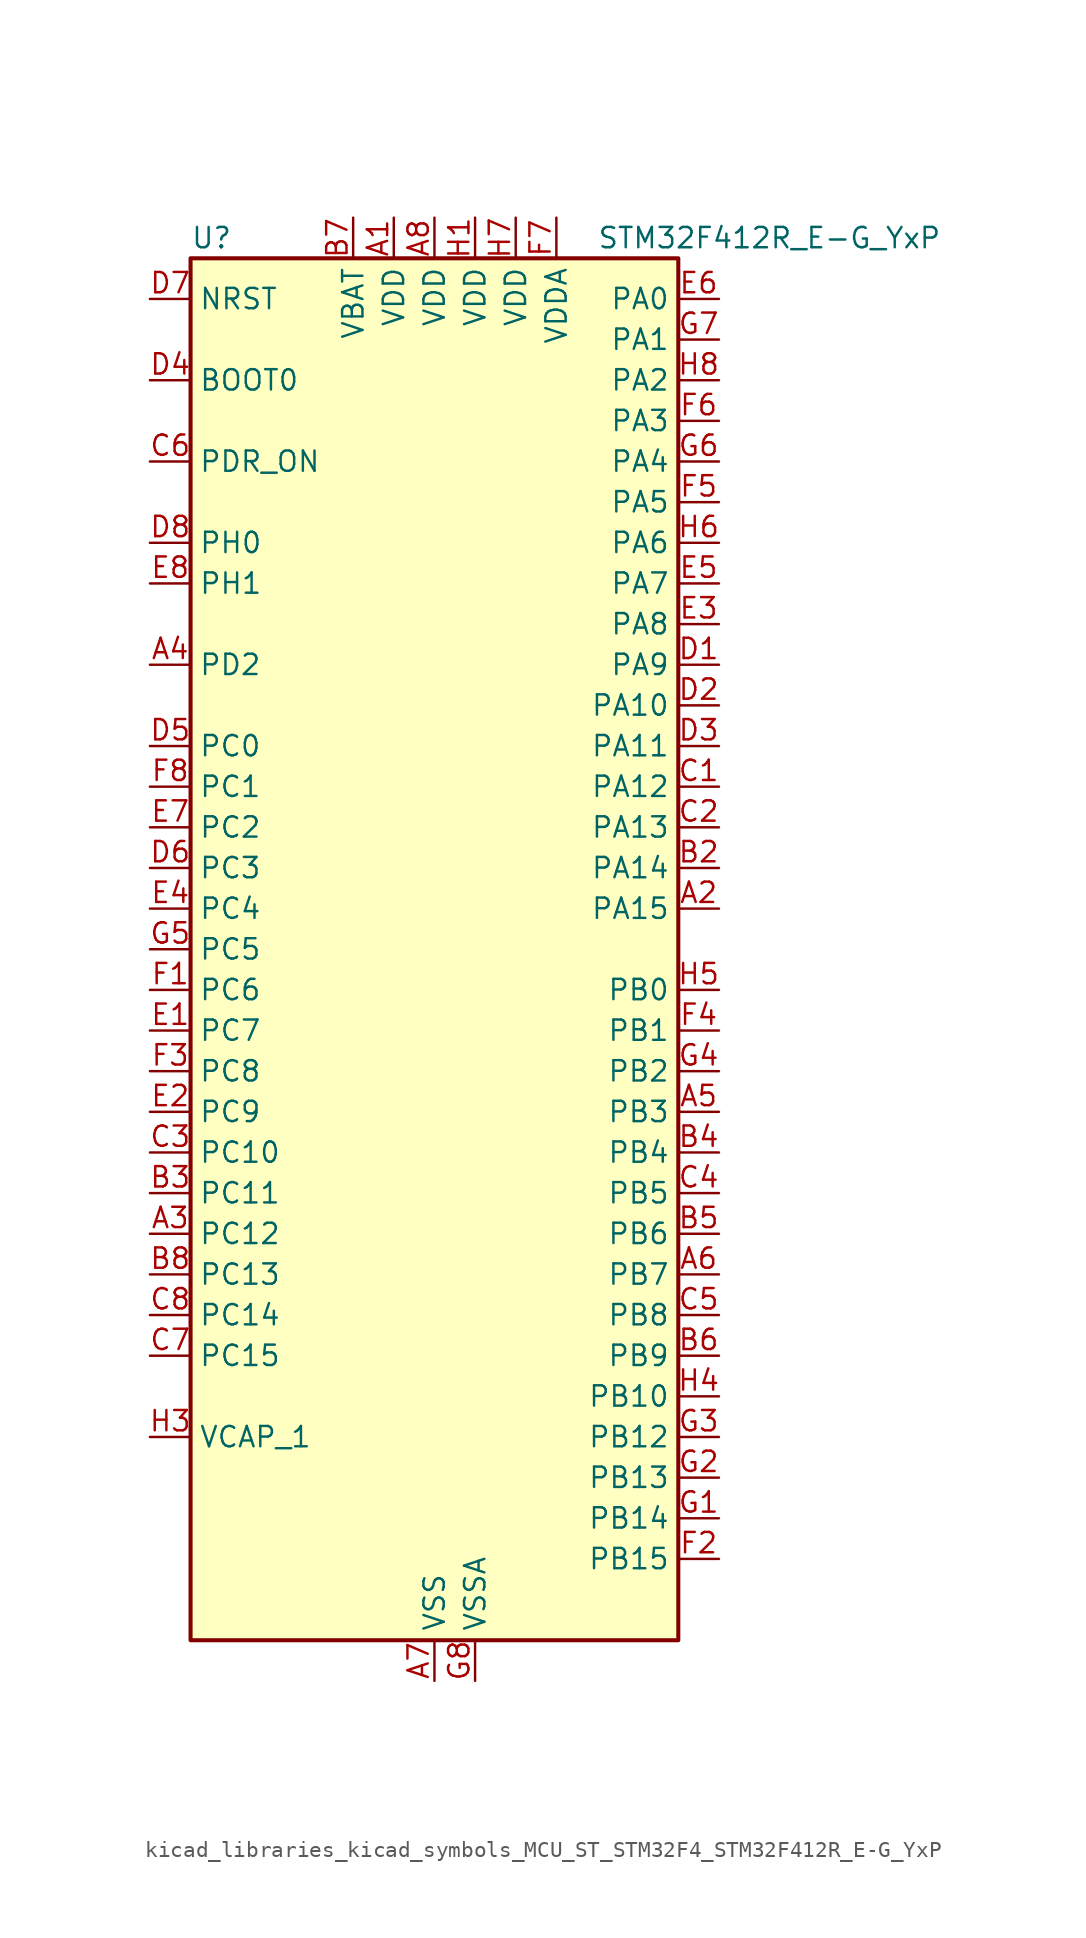
<source format=kicad_sym>
(kicad_symbol_lib
  (version 20220914)
  (generator kicad_symbol_editor)
  (symbol "kicad_libraries_kicad_symbols_MCU_ST_STM32F4_STM32F412R_E-G_YxP"
    (property "Reference" "U"
      (at -15.24 44.45 0)
      (effects (font (size 1.27 1.27)) (justify left)))
    (property "Value" "STM32F412R_E-G_YxP"
      (at 10.16 44.45 0)
      (effects (font (size 1.27 1.27)) (justify left)))
    (property "ki_locked" ""
      (at 0 0 0)
      (effects (font (size 1.27 1.27))))
    (symbol "kicad_libraries_kicad_symbols_MCU_ST_STM32F4_STM32F412R_E-G_YxP_0_1"
      (rectangle (start -15.24 -43.18) (end 15.24 43.18) (stroke (width 0.254) (type default)) (fill (type background))))
    (symbol "kicad_libraries_kicad_symbols_MCU_ST_STM32F4_STM32F412R_E-G_YxP_1_1"
      (pin power_in line (at -2.54 45.72 270) (length 2.54) (name "VDD" (effects (font (size 1.27 1.27)))) (number "A1" (effects (font (size 1.27 1.27)))))
      (pin bidirectional line (at 17.78 2.54 180) (length 2.54) (name "PA15" (effects (font (size 1.27 1.27)))) (number "A2" (effects (font (size 1.27 1.27)))) (alternate "ADC1_EXTI15" bidirectional line) (alternate "I2S1_WS" bidirectional line) (alternate "I2S3_WS" bidirectional line) (alternate "SPI1_NSS" bidirectional line) (alternate "SPI3_NSS" bidirectional line) (alternate "SYS_JTDI" bidirectional line) (alternate "TIM2_CH1" bidirectional line) (alternate "TIM2_ETR" bidirectional line) (alternate "USART1_TX" bidirectional line))
      (pin bidirectional line (at -17.78 -17.78 0) (length 2.54) (name "PC12" (effects (font (size 1.27 1.27)))) (number "A3" (effects (font (size 1.27 1.27)))) (alternate "FSMC_D3" bidirectional line) (alternate "FSMC_DA3" bidirectional line) (alternate "I2S3_SD" bidirectional line) (alternate "SDIO_CK" bidirectional line) (alternate "SPI3_MOSI" bidirectional line) (alternate "USART3_CK" bidirectional line))
      (pin bidirectional line (at -17.78 17.78 0) (length 2.54) (name "PD2" (effects (font (size 1.27 1.27)))) (number "A4" (effects (font (size 1.27 1.27)))) (alternate "FSMC_NWE" bidirectional line) (alternate "SDIO_CMD" bidirectional line) (alternate "TIM3_ETR" bidirectional line))
      (pin bidirectional line (at 17.78 -10.16 180) (length 2.54) (name "PB3" (effects (font (size 1.27 1.27)))) (number "A5" (effects (font (size 1.27 1.27)))) (alternate "FMPI2C1_SDA" bidirectional line) (alternate "I2C2_SDA" bidirectional line) (alternate "I2S1_CK" bidirectional line) (alternate "I2S3_CK" bidirectional line) (alternate "SPI1_SCK" bidirectional line) (alternate "SPI3_SCK" bidirectional line) (alternate "SYS_JTDO-SWO" bidirectional line) (alternate "TIM2_CH2" bidirectional line) (alternate "USART1_RX" bidirectional line))
      (pin bidirectional line (at 17.78 -20.32 180) (length 2.54) (name "PB7" (effects (font (size 1.27 1.27)))) (number "A6" (effects (font (size 1.27 1.27)))) (alternate "FSMC_NL" bidirectional line) (alternate "I2C1_SDA" bidirectional line) (alternate "TIM4_CH2" bidirectional line) (alternate "USART1_RX" bidirectional line))
      (pin power_in line (at 0 -45.72 90) (length 2.54) (name "VSS" (effects (font (size 1.27 1.27)))) (number "A7" (effects (font (size 1.27 1.27)))))
      (pin power_in line (at 0 45.72 270) (length 2.54) (name "VDD" (effects (font (size 1.27 1.27)))) (number "A8" (effects (font (size 1.27 1.27)))))
      (pin passive line (at 0 -45.72 90) (length 2.54) hide (name "VSS" (effects (font (size 1.27 1.27)))) (number "B1" (effects (font (size 1.27 1.27)))))
      (pin bidirectional line (at 17.78 5.08 180) (length 2.54) (name "PA14" (effects (font (size 1.27 1.27)))) (number "B2" (effects (font (size 1.27 1.27)))) (alternate "SYS_JTCK-SWCLK" bidirectional line))
      (pin bidirectional line (at -17.78 -15.24 0) (length 2.54) (name "PC11" (effects (font (size 1.27 1.27)))) (number "B3" (effects (font (size 1.27 1.27)))) (alternate "ADC1_EXTI11" bidirectional line) (alternate "FSMC_D2" bidirectional line) (alternate "FSMC_DA2" bidirectional line) (alternate "I2S3_ext_SD" bidirectional line) (alternate "QUADSPI_BK2_NCS" bidirectional line) (alternate "SDIO_D3" bidirectional line) (alternate "SPI3_MISO" bidirectional line) (alternate "USART3_RX" bidirectional line))
      (pin bidirectional line (at 17.78 -12.7 180) (length 2.54) (name "PB4" (effects (font (size 1.27 1.27)))) (number "B4" (effects (font (size 1.27 1.27)))) (alternate "I2C3_SDA" bidirectional line) (alternate "I2S3_ext_SD" bidirectional line) (alternate "SDIO_D0" bidirectional line) (alternate "SPI1_MISO" bidirectional line) (alternate "SPI3_MISO" bidirectional line) (alternate "SYS_JTRST" bidirectional line) (alternate "TIM3_CH1" bidirectional line))
      (pin bidirectional line (at 17.78 -17.78 180) (length 2.54) (name "PB6" (effects (font (size 1.27 1.27)))) (number "B5" (effects (font (size 1.27 1.27)))) (alternate "CAN2_TX" bidirectional line) (alternate "I2C1_SCL" bidirectional line) (alternate "QUADSPI_BK1_NCS" bidirectional line) (alternate "SDIO_D0" bidirectional line) (alternate "TIM4_CH1" bidirectional line) (alternate "USART1_TX" bidirectional line))
      (pin bidirectional line (at 17.78 -25.4 180) (length 2.54) (name "PB9" (effects (font (size 1.27 1.27)))) (number "B6" (effects (font (size 1.27 1.27)))) (alternate "CAN1_TX" bidirectional line) (alternate "I2C1_SDA" bidirectional line) (alternate "I2C2_SDA" bidirectional line) (alternate "I2S2_WS" bidirectional line) (alternate "SDIO_D5" bidirectional line) (alternate "SPI2_NSS" bidirectional line) (alternate "TIM11_CH1" bidirectional line) (alternate "TIM4_CH4" bidirectional line))
      (pin power_in line (at -5.08 45.72 270) (length 2.54) (name "VBAT" (effects (font (size 1.27 1.27)))) (number "B7" (effects (font (size 1.27 1.27)))))
      (pin bidirectional line (at -17.78 -20.32 0) (length 2.54) (name "PC13" (effects (font (size 1.27 1.27)))) (number "B8" (effects (font (size 1.27 1.27)))) (alternate "RTC_AF1" bidirectional line))
      (pin bidirectional line (at 17.78 10.16 180) (length 2.54) (name "PA12" (effects (font (size 1.27 1.27)))) (number "C1" (effects (font (size 1.27 1.27)))) (alternate "CAN1_TX" bidirectional line) (alternate "SPI5_MISO" bidirectional line) (alternate "TIM1_ETR" bidirectional line) (alternate "USART1_RTS" bidirectional line) (alternate "USART6_RX" bidirectional line) (alternate "USB_OTG_FS_DP" bidirectional line))
      (pin bidirectional line (at 17.78 7.62 180) (length 2.54) (name "PA13" (effects (font (size 1.27 1.27)))) (number "C2" (effects (font (size 1.27 1.27)))) (alternate "SYS_JTMS-SWDIO" bidirectional line))
      (pin bidirectional line (at -17.78 -12.7 0) (length 2.54) (name "PC10" (effects (font (size 1.27 1.27)))) (number "C3" (effects (font (size 1.27 1.27)))) (alternate "I2S3_CK" bidirectional line) (alternate "QUADSPI_BK1_IO1" bidirectional line) (alternate "SDIO_D2" bidirectional line) (alternate "SPI3_SCK" bidirectional line) (alternate "USART3_TX" bidirectional line))
      (pin bidirectional line (at 17.78 -15.24 180) (length 2.54) (name "PB5" (effects (font (size 1.27 1.27)))) (number "C4" (effects (font (size 1.27 1.27)))) (alternate "CAN2_RX" bidirectional line) (alternate "I2C1_SMBA" bidirectional line) (alternate "I2S1_SD" bidirectional line) (alternate "I2S3_SD" bidirectional line) (alternate "SDIO_D3" bidirectional line) (alternate "SPI1_MOSI" bidirectional line) (alternate "SPI3_MOSI" bidirectional line) (alternate "TIM3_CH2" bidirectional line))
      (pin bidirectional line (at 17.78 -22.86 180) (length 2.54) (name "PB8" (effects (font (size 1.27 1.27)))) (number "C5" (effects (font (size 1.27 1.27)))) (alternate "CAN1_RX" bidirectional line) (alternate "I2C1_SCL" bidirectional line) (alternate "I2C3_SDA" bidirectional line) (alternate "I2S5_SD" bidirectional line) (alternate "SDIO_D4" bidirectional line) (alternate "SPI5_MOSI" bidirectional line) (alternate "TIM10_CH1" bidirectional line) (alternate "TIM4_CH3" bidirectional line))
      (pin input line (at -17.78 30.48 0) (length 2.54) (name "PDR_ON" (effects (font (size 1.27 1.27)))) (number "C6" (effects (font (size 1.27 1.27)))))
      (pin bidirectional line (at -17.78 -25.4 0) (length 2.54) (name "PC15" (effects (font (size 1.27 1.27)))) (number "C7" (effects (font (size 1.27 1.27)))) (alternate "ADC1_EXTI15" bidirectional line) (alternate "RCC_OSC32_OUT" bidirectional line))
      (pin bidirectional line (at -17.78 -22.86 0) (length 2.54) (name "PC14" (effects (font (size 1.27 1.27)))) (number "C8" (effects (font (size 1.27 1.27)))) (alternate "RCC_OSC32_IN" bidirectional line))
      (pin bidirectional line (at 17.78 17.78 180) (length 2.54) (name "PA9" (effects (font (size 1.27 1.27)))) (number "D1" (effects (font (size 1.27 1.27)))) (alternate "I2C3_SMBA" bidirectional line) (alternate "SDIO_D2" bidirectional line) (alternate "TIM1_CH2" bidirectional line) (alternate "USART1_TX" bidirectional line) (alternate "USB_OTG_FS_VBUS" bidirectional line))
      (pin bidirectional line (at 17.78 15.24 180) (length 2.54) (name "PA10" (effects (font (size 1.27 1.27)))) (number "D2" (effects (font (size 1.27 1.27)))) (alternate "I2S5_SD" bidirectional line) (alternate "SPI5_MOSI" bidirectional line) (alternate "TIM1_CH3" bidirectional line) (alternate "USART1_RX" bidirectional line) (alternate "USB_OTG_FS_ID" bidirectional line))
      (pin bidirectional line (at 17.78 12.7 180) (length 2.54) (name "PA11" (effects (font (size 1.27 1.27)))) (number "D3" (effects (font (size 1.27 1.27)))) (alternate "ADC1_EXTI11" bidirectional line) (alternate "CAN1_RX" bidirectional line) (alternate "SPI4_MISO" bidirectional line) (alternate "TIM1_CH4" bidirectional line) (alternate "USART1_CTS" bidirectional line) (alternate "USART6_TX" bidirectional line) (alternate "USB_OTG_FS_DM" bidirectional line))
      (pin input line (at -17.78 35.56 0) (length 2.54) (name "BOOT0" (effects (font (size 1.27 1.27)))) (number "D4" (effects (font (size 1.27 1.27)))))
      (pin bidirectional line (at -17.78 12.7 0) (length 2.54) (name "PC0" (effects (font (size 1.27 1.27)))) (number "D5" (effects (font (size 1.27 1.27)))) (alternate "ADC1_IN10" bidirectional line) (alternate "SYS_WKUP2" bidirectional line))
      (pin bidirectional line (at -17.78 5.08 0) (length 2.54) (name "PC3" (effects (font (size 1.27 1.27)))) (number "D6" (effects (font (size 1.27 1.27)))) (alternate "ADC1_IN13" bidirectional line) (alternate "FSMC_A0" bidirectional line) (alternate "I2S2_SD" bidirectional line) (alternate "SPI2_MOSI" bidirectional line))
      (pin input line (at -17.78 40.64 0) (length 2.54) (name "NRST" (effects (font (size 1.27 1.27)))) (number "D7" (effects (font (size 1.27 1.27)))))
      (pin bidirectional line (at -17.78 25.4 0) (length 2.54) (name "PH0" (effects (font (size 1.27 1.27)))) (number "D8" (effects (font (size 1.27 1.27)))) (alternate "RCC_OSC_IN" bidirectional line))
      (pin bidirectional line (at -17.78 -5.08 0) (length 2.54) (name "PC7" (effects (font (size 1.27 1.27)))) (number "E1" (effects (font (size 1.27 1.27)))) (alternate "DFSDM1_DATIN3" bidirectional line) (alternate "FMPI2C1_SDA" bidirectional line) (alternate "I2S2_CK" bidirectional line) (alternate "I2S3_MCK" bidirectional line) (alternate "SDIO_D7" bidirectional line) (alternate "SPI2_SCK" bidirectional line) (alternate "TIM3_CH2" bidirectional line) (alternate "TIM8_CH2" bidirectional line) (alternate "USART6_RX" bidirectional line))
      (pin bidirectional line (at -17.78 -10.16 0) (length 2.54) (name "PC9" (effects (font (size 1.27 1.27)))) (number "E2" (effects (font (size 1.27 1.27)))) (alternate "I2C3_SDA" bidirectional line) (alternate "I2S_CKIN" bidirectional line) (alternate "QUADSPI_BK1_IO0" bidirectional line) (alternate "RCC_MCO_2" bidirectional line) (alternate "SDIO_D1" bidirectional line) (alternate "TIM3_CH4" bidirectional line) (alternate "TIM8_CH4" bidirectional line))
      (pin bidirectional line (at 17.78 20.32 180) (length 2.54) (name "PA8" (effects (font (size 1.27 1.27)))) (number "E3" (effects (font (size 1.27 1.27)))) (alternate "I2C3_SCL" bidirectional line) (alternate "RCC_MCO_1" bidirectional line) (alternate "SDIO_D1" bidirectional line) (alternate "TIM1_CH1" bidirectional line) (alternate "USART1_CK" bidirectional line) (alternate "USB_OTG_FS_SOF" bidirectional line))
      (pin bidirectional line (at -17.78 2.54 0) (length 2.54) (name "PC4" (effects (font (size 1.27 1.27)))) (number "E4" (effects (font (size 1.27 1.27)))) (alternate "ADC1_IN14" bidirectional line) (alternate "FSMC_NE4" bidirectional line) (alternate "I2S1_MCK" bidirectional line) (alternate "QUADSPI_BK2_IO2" bidirectional line))
      (pin bidirectional line (at 17.78 22.86 180) (length 2.54) (name "PA7" (effects (font (size 1.27 1.27)))) (number "E5" (effects (font (size 1.27 1.27)))) (alternate "ADC1_IN7" bidirectional line) (alternate "I2S1_SD" bidirectional line) (alternate "QUADSPI_BK2_IO1" bidirectional line) (alternate "SPI1_MOSI" bidirectional line) (alternate "TIM14_CH1" bidirectional line) (alternate "TIM1_CH1N" bidirectional line) (alternate "TIM3_CH2" bidirectional line) (alternate "TIM8_CH1N" bidirectional line))
      (pin bidirectional line (at 17.78 40.64 180) (length 2.54) (name "PA0" (effects (font (size 1.27 1.27)))) (number "E6" (effects (font (size 1.27 1.27)))) (alternate "ADC1_IN0" bidirectional line) (alternate "SYS_WKUP1" bidirectional line) (alternate "TIM2_CH1" bidirectional line) (alternate "TIM2_ETR" bidirectional line) (alternate "TIM5_CH1" bidirectional line) (alternate "TIM8_ETR" bidirectional line) (alternate "USART2_CTS" bidirectional line))
      (pin bidirectional line (at -17.78 7.62 0) (length 2.54) (name "PC2" (effects (font (size 1.27 1.27)))) (number "E7" (effects (font (size 1.27 1.27)))) (alternate "ADC1_IN12" bidirectional line) (alternate "DFSDM1_CKOUT" bidirectional line) (alternate "FSMC_NWE" bidirectional line) (alternate "I2S2_ext_SD" bidirectional line) (alternate "SPI2_MISO" bidirectional line))
      (pin bidirectional line (at -17.78 22.86 0) (length 2.54) (name "PH1" (effects (font (size 1.27 1.27)))) (number "E8" (effects (font (size 1.27 1.27)))) (alternate "RCC_OSC_OUT" bidirectional line))
      (pin bidirectional line (at -17.78 -2.54 0) (length 2.54) (name "PC6" (effects (font (size 1.27 1.27)))) (number "F1" (effects (font (size 1.27 1.27)))) (alternate "DFSDM1_CKIN3" bidirectional line) (alternate "FMPI2C1_SCL" bidirectional line) (alternate "FSMC_D1" bidirectional line) (alternate "FSMC_DA1" bidirectional line) (alternate "I2S2_MCK" bidirectional line) (alternate "SDIO_D6" bidirectional line) (alternate "TIM3_CH1" bidirectional line) (alternate "TIM8_CH1" bidirectional line) (alternate "USART6_TX" bidirectional line))
      (pin bidirectional line (at 17.78 -38.1 180) (length 2.54) (name "PB15" (effects (font (size 1.27 1.27)))) (number "F2" (effects (font (size 1.27 1.27)))) (alternate "ADC1_EXTI15" bidirectional line) (alternate "DFSDM1_CKIN2" bidirectional line) (alternate "FMPI2C1_SCL" bidirectional line) (alternate "I2S2_SD" bidirectional line) (alternate "RTC_REFIN" bidirectional line) (alternate "SDIO_CK" bidirectional line) (alternate "SPI2_MOSI" bidirectional line) (alternate "TIM12_CH2" bidirectional line) (alternate "TIM1_CH3N" bidirectional line) (alternate "TIM8_CH3N" bidirectional line))
      (pin bidirectional line (at -17.78 -7.62 0) (length 2.54) (name "PC8" (effects (font (size 1.27 1.27)))) (number "F3" (effects (font (size 1.27 1.27)))) (alternate "QUADSPI_BK1_IO2" bidirectional line) (alternate "SDIO_D0" bidirectional line) (alternate "TIM3_CH3" bidirectional line) (alternate "TIM8_CH3" bidirectional line) (alternate "USART6_CK" bidirectional line))
      (pin bidirectional line (at 17.78 -5.08 180) (length 2.54) (name "PB1" (effects (font (size 1.27 1.27)))) (number "F4" (effects (font (size 1.27 1.27)))) (alternate "ADC1_IN9" bidirectional line) (alternate "DFSDM1_DATIN0" bidirectional line) (alternate "I2S5_WS" bidirectional line) (alternate "QUADSPI_CLK" bidirectional line) (alternate "SPI5_NSS" bidirectional line) (alternate "TIM1_CH3N" bidirectional line) (alternate "TIM3_CH4" bidirectional line) (alternate "TIM8_CH3N" bidirectional line))
      (pin bidirectional line (at 17.78 27.94 180) (length 2.54) (name "PA5" (effects (font (size 1.27 1.27)))) (number "F5" (effects (font (size 1.27 1.27)))) (alternate "ADC1_IN5" bidirectional line) (alternate "DFSDM1_CKIN1" bidirectional line) (alternate "FSMC_D7" bidirectional line) (alternate "FSMC_DA7" bidirectional line) (alternate "I2S1_CK" bidirectional line) (alternate "SPI1_SCK" bidirectional line) (alternate "TIM2_CH1" bidirectional line) (alternate "TIM2_ETR" bidirectional line) (alternate "TIM8_CH1N" bidirectional line))
      (pin bidirectional line (at 17.78 33.02 180) (length 2.54) (name "PA3" (effects (font (size 1.27 1.27)))) (number "F6" (effects (font (size 1.27 1.27)))) (alternate "ADC1_IN3" bidirectional line) (alternate "FSMC_D5" bidirectional line) (alternate "FSMC_DA5" bidirectional line) (alternate "I2S2_MCK" bidirectional line) (alternate "TIM2_CH4" bidirectional line) (alternate "TIM5_CH4" bidirectional line) (alternate "TIM9_CH2" bidirectional line) (alternate "USART2_RX" bidirectional line))
      (pin power_in line (at 7.62 45.72 270) (length 2.54) (name "VDDA" (effects (font (size 1.27 1.27)))) (number "F7" (effects (font (size 1.27 1.27)))))
      (pin bidirectional line (at -17.78 10.16 0) (length 2.54) (name "PC1" (effects (font (size 1.27 1.27)))) (number "F8" (effects (font (size 1.27 1.27)))) (alternate "ADC1_IN11" bidirectional line) (alternate "SYS_WKUP3" bidirectional line))
      (pin bidirectional line (at 17.78 -35.56 180) (length 2.54) (name "PB14" (effects (font (size 1.27 1.27)))) (number "G1" (effects (font (size 1.27 1.27)))) (alternate "DFSDM1_DATIN2" bidirectional line) (alternate "FMPI2C1_SDA" bidirectional line) (alternate "FSMC_D0" bidirectional line) (alternate "FSMC_DA0" bidirectional line) (alternate "I2S2_ext_SD" bidirectional line) (alternate "SDIO_D6" bidirectional line) (alternate "SPI2_MISO" bidirectional line) (alternate "TIM12_CH1" bidirectional line) (alternate "TIM1_CH2N" bidirectional line) (alternate "TIM8_CH2N" bidirectional line) (alternate "USART3_RTS" bidirectional line))
      (pin bidirectional line (at 17.78 -33.02 180) (length 2.54) (name "PB13" (effects (font (size 1.27 1.27)))) (number "G2" (effects (font (size 1.27 1.27)))) (alternate "CAN2_TX" bidirectional line) (alternate "DFSDM1_CKIN1" bidirectional line) (alternate "FMPI2C1_SMBA" bidirectional line) (alternate "I2S2_CK" bidirectional line) (alternate "I2S4_CK" bidirectional line) (alternate "SPI2_SCK" bidirectional line) (alternate "SPI4_SCK" bidirectional line) (alternate "TIM1_CH1N" bidirectional line) (alternate "USART3_CTS" bidirectional line))
      (pin bidirectional line (at 17.78 -30.48 180) (length 2.54) (name "PB12" (effects (font (size 1.27 1.27)))) (number "G3" (effects (font (size 1.27 1.27)))) (alternate "CAN2_RX" bidirectional line) (alternate "DFSDM1_DATIN1" bidirectional line) (alternate "I2C2_SMBA" bidirectional line) (alternate "I2S2_WS" bidirectional line) (alternate "I2S3_CK" bidirectional line) (alternate "I2S4_WS" bidirectional line) (alternate "SPI2_NSS" bidirectional line) (alternate "SPI3_SCK" bidirectional line) (alternate "SPI4_NSS" bidirectional line) (alternate "TIM1_BKIN" bidirectional line) (alternate "USART3_CK" bidirectional line))
      (pin bidirectional line (at 17.78 -7.62 180) (length 2.54) (name "PB2" (effects (font (size 1.27 1.27)))) (number "G4" (effects (font (size 1.27 1.27)))) (alternate "DFSDM1_CKIN0" bidirectional line) (alternate "QUADSPI_CLK" bidirectional line))
      (pin bidirectional line (at -17.78 0 0) (length 2.54) (name "PC5" (effects (font (size 1.27 1.27)))) (number "G5" (effects (font (size 1.27 1.27)))) (alternate "ADC1_IN15" bidirectional line) (alternate "FMPI2C1_SMBA" bidirectional line) (alternate "FSMC_NOE" bidirectional line) (alternate "QUADSPI_BK2_IO3" bidirectional line) (alternate "USART3_RX" bidirectional line))
      (pin bidirectional line (at 17.78 30.48 180) (length 2.54) (name "PA4" (effects (font (size 1.27 1.27)))) (number "G6" (effects (font (size 1.27 1.27)))) (alternate "ADC1_IN4" bidirectional line) (alternate "DFSDM1_DATIN1" bidirectional line) (alternate "FSMC_D6" bidirectional line) (alternate "FSMC_DA6" bidirectional line) (alternate "I2S1_WS" bidirectional line) (alternate "I2S3_WS" bidirectional line) (alternate "SPI1_NSS" bidirectional line) (alternate "SPI3_NSS" bidirectional line) (alternate "USART2_CK" bidirectional line))
      (pin bidirectional line (at 17.78 38.1 180) (length 2.54) (name "PA1" (effects (font (size 1.27 1.27)))) (number "G7" (effects (font (size 1.27 1.27)))) (alternate "ADC1_IN1" bidirectional line) (alternate "I2S4_SD" bidirectional line) (alternate "QUADSPI_BK1_IO3" bidirectional line) (alternate "SPI4_MOSI" bidirectional line) (alternate "TIM2_CH2" bidirectional line) (alternate "TIM5_CH2" bidirectional line) (alternate "USART2_RTS" bidirectional line))
      (pin power_in line (at 2.54 -45.72 90) (length 2.54) (name "VSSA" (effects (font (size 1.27 1.27)))) (number "G8" (effects (font (size 1.27 1.27)))))
      (pin power_in line (at 2.54 45.72 270) (length 2.54) (name "VDD" (effects (font (size 1.27 1.27)))) (number "H1" (effects (font (size 1.27 1.27)))))
      (pin passive line (at 0 -45.72 90) (length 2.54) hide (name "VSS" (effects (font (size 1.27 1.27)))) (number "H2" (effects (font (size 1.27 1.27)))))
      (pin power_out line (at -17.78 -30.48 0) (length 2.54) (name "VCAP_1" (effects (font (size 1.27 1.27)))) (number "H3" (effects (font (size 1.27 1.27)))))
      (pin bidirectional line (at 17.78 -27.94 180) (length 2.54) (name "PB10" (effects (font (size 1.27 1.27)))) (number "H4" (effects (font (size 1.27 1.27)))) (alternate "FMPI2C1_SCL" bidirectional line) (alternate "I2C2_SCL" bidirectional line) (alternate "I2S2_CK" bidirectional line) (alternate "I2S3_MCK" bidirectional line) (alternate "SDIO_D7" bidirectional line) (alternate "SPI2_SCK" bidirectional line) (alternate "TIM2_CH3" bidirectional line) (alternate "USART3_TX" bidirectional line))
      (pin bidirectional line (at 17.78 -2.54 180) (length 2.54) (name "PB0" (effects (font (size 1.27 1.27)))) (number "H5" (effects (font (size 1.27 1.27)))) (alternate "ADC1_IN8" bidirectional line) (alternate "I2S5_CK" bidirectional line) (alternate "SPI5_SCK" bidirectional line) (alternate "TIM1_CH2N" bidirectional line) (alternate "TIM3_CH3" bidirectional line) (alternate "TIM8_CH2N" bidirectional line))
      (pin bidirectional line (at 17.78 25.4 180) (length 2.54) (name "PA6" (effects (font (size 1.27 1.27)))) (number "H6" (effects (font (size 1.27 1.27)))) (alternate "ADC1_IN6" bidirectional line) (alternate "I2S2_MCK" bidirectional line) (alternate "QUADSPI_BK2_IO0" bidirectional line) (alternate "SDIO_CMD" bidirectional line) (alternate "SPI1_MISO" bidirectional line) (alternate "TIM13_CH1" bidirectional line) (alternate "TIM1_BKIN" bidirectional line) (alternate "TIM3_CH1" bidirectional line) (alternate "TIM8_BKIN" bidirectional line))
      (pin power_in line (at 5.08 45.72 270) (length 2.54) (name "VDD" (effects (font (size 1.27 1.27)))) (number "H7" (effects (font (size 1.27 1.27)))))
      (pin bidirectional line (at 17.78 35.56 180) (length 2.54) (name "PA2" (effects (font (size 1.27 1.27)))) (number "H8" (effects (font (size 1.27 1.27)))) (alternate "ADC1_IN2" bidirectional line) (alternate "FSMC_D4" bidirectional line) (alternate "FSMC_DA4" bidirectional line) (alternate "I2S_CKIN" bidirectional line) (alternate "TIM2_CH3" bidirectional line) (alternate "TIM5_CH3" bidirectional line) (alternate "TIM9_CH1" bidirectional line) (alternate "USART2_TX" bidirectional line)))))
</source>
